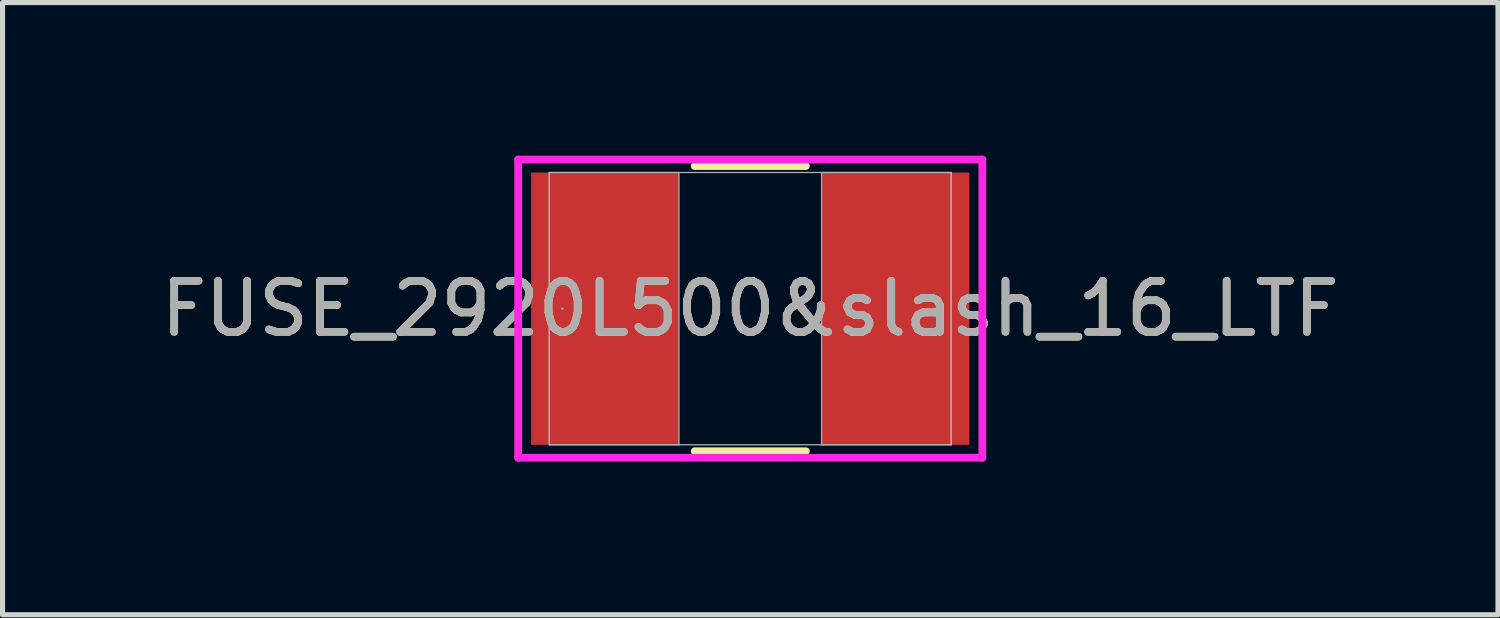
<source format=kicad_pcb>
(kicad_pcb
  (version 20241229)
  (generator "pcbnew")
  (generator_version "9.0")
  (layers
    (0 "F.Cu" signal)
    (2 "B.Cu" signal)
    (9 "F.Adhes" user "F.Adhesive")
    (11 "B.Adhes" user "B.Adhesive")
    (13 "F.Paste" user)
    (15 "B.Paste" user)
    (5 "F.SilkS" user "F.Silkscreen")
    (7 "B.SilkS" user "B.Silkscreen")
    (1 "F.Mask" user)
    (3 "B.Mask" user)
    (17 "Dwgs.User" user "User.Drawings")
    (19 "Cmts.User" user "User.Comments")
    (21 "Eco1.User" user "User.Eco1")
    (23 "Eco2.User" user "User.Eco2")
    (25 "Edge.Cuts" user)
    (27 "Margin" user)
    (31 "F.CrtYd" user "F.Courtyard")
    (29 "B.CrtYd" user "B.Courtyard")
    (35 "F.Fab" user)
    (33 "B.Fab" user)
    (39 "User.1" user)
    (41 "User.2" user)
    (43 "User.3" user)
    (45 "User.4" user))
  (footprint "FUSE_2920L500&slash_16_LTF"
    (layer "F.Cu")
    (at 11.649 2.997)
    (property "Reference" "FUSE_2920L500&slash_16_LTF" (at 0 0 0) (unlocked yes) (layer "F.SilkS") (effects (font (size 1 1) (thickness 0.15))))
    (attr smd)
    (fp_line (start -1.089 2.794) (end 1.089 2.794) (stroke (width 0.152) (type solid)) (layer "F.SilkS"))
    (fp_line (start 1.089 -2.794) (end -1.089 -2.794) (stroke (width 0.152) (type solid)) (layer "F.SilkS"))
    (fp_line (start -4.547 -2.921) (end 4.547 -2.921) (stroke (width 0.152) (type solid)) (layer "F.CrtYd"))
    (fp_line (start -4.547 2.921) (end -4.547 -2.921) (stroke (width 0.152) (type solid)) (layer "F.CrtYd"))
    (fp_line (start 4.547 -2.921) (end 4.547 2.921) (stroke (width 0.152) (type solid)) (layer "F.CrtYd"))
    (fp_line (start 4.547 2.921) (end -4.547 2.921) (stroke (width 0.152) (type solid)) (layer "F.CrtYd"))
    (fp_line (start -3.937 -2.667) (end -3.937 2.667) (stroke (width 0.025) (type solid)) (layer "F.Fab"))
    (fp_line (start -3.937 -2.667) (end -3.937 2.667) (stroke (width 0.025) (type solid)) (layer "F.Fab"))
    (fp_line (start -3.937 2.667) (end -1.397 2.667) (stroke (width 0.025) (type solid)) (layer "F.Fab"))
    (fp_line (start -3.937 2.667) (end 3.937 2.667) (stroke (width 0.025) (type solid)) (layer "F.Fab"))
    (fp_line (start -1.397 -2.667) (end -3.937 -2.667) (stroke (width 0.025) (type solid)) (layer "F.Fab"))
    (fp_line (start -1.397 2.667) (end -1.397 -2.667) (stroke (width 0.025) (type solid)) (layer "F.Fab"))
    (fp_line (start 1.397 -2.667) (end 1.397 2.667) (stroke (width 0.025) (type solid)) (layer "F.Fab"))
    (fp_line (start 1.397 2.667) (end 3.937 2.667) (stroke (width 0.025) (type solid)) (layer "F.Fab"))
    (fp_line (start 3.937 -2.667) (end -3.937 -2.667) (stroke (width 0.025) (type solid)) (layer "F.Fab"))
    (fp_line (start 3.937 -2.667) (end 1.397 -2.667) (stroke (width 0.025) (type solid)) (layer "F.Fab"))
    (fp_line (start 3.937 2.667) (end 3.937 -2.667) (stroke (width 0.025) (type solid)) (layer "F.Fab"))
    (fp_line (start 3.937 2.667) (end 3.937 -2.667) (stroke (width 0.025) (type solid)) (layer "F.Fab"))
    (fp_circle (center -3.683 0) (end -3.683 0) (stroke (width 0.025) (type solid)) (fill no) (layer "F.Fab"))
    (fp_text user "${REFERENCE}" (at 0 0 0) (unlocked yes) (layer "F.Fab") (effects (font (size 1 1) (thickness 0.15))))
    (pad "1" smd rect (at -2.845 0) (size 2.896 5.334) (layers "F.Cu" "F.Mask" "F.Paste"))
    (pad "2" smd rect (at 2.845 0) (size 2.896 5.334) (layers "F.Cu" "F.Mask" "F.Paste"))
    (zone (net_name "") (layer "F.Cu") (hatch full 0.508) (connect_pads) (min_thickness 0.254) (filled_areas_thickness no) (keepout (tracks not_allowed) (vias not_allowed) (pads allowed) (copperpour not_allowed) (footprints allowed)) (placement (enabled no)) (fill) (polygon (pts (xy 10.303 0.381) (xy 12.995 0.381) (xy 12.995 5.613) (xy 10.303 5.613)))))
  (gr_rect
    (start -3 -3)
    (end 26.298 8.994)
    (stroke (width 0.1) (type default))
    (fill no)
    (layer "Edge.Cuts")))
</source>
